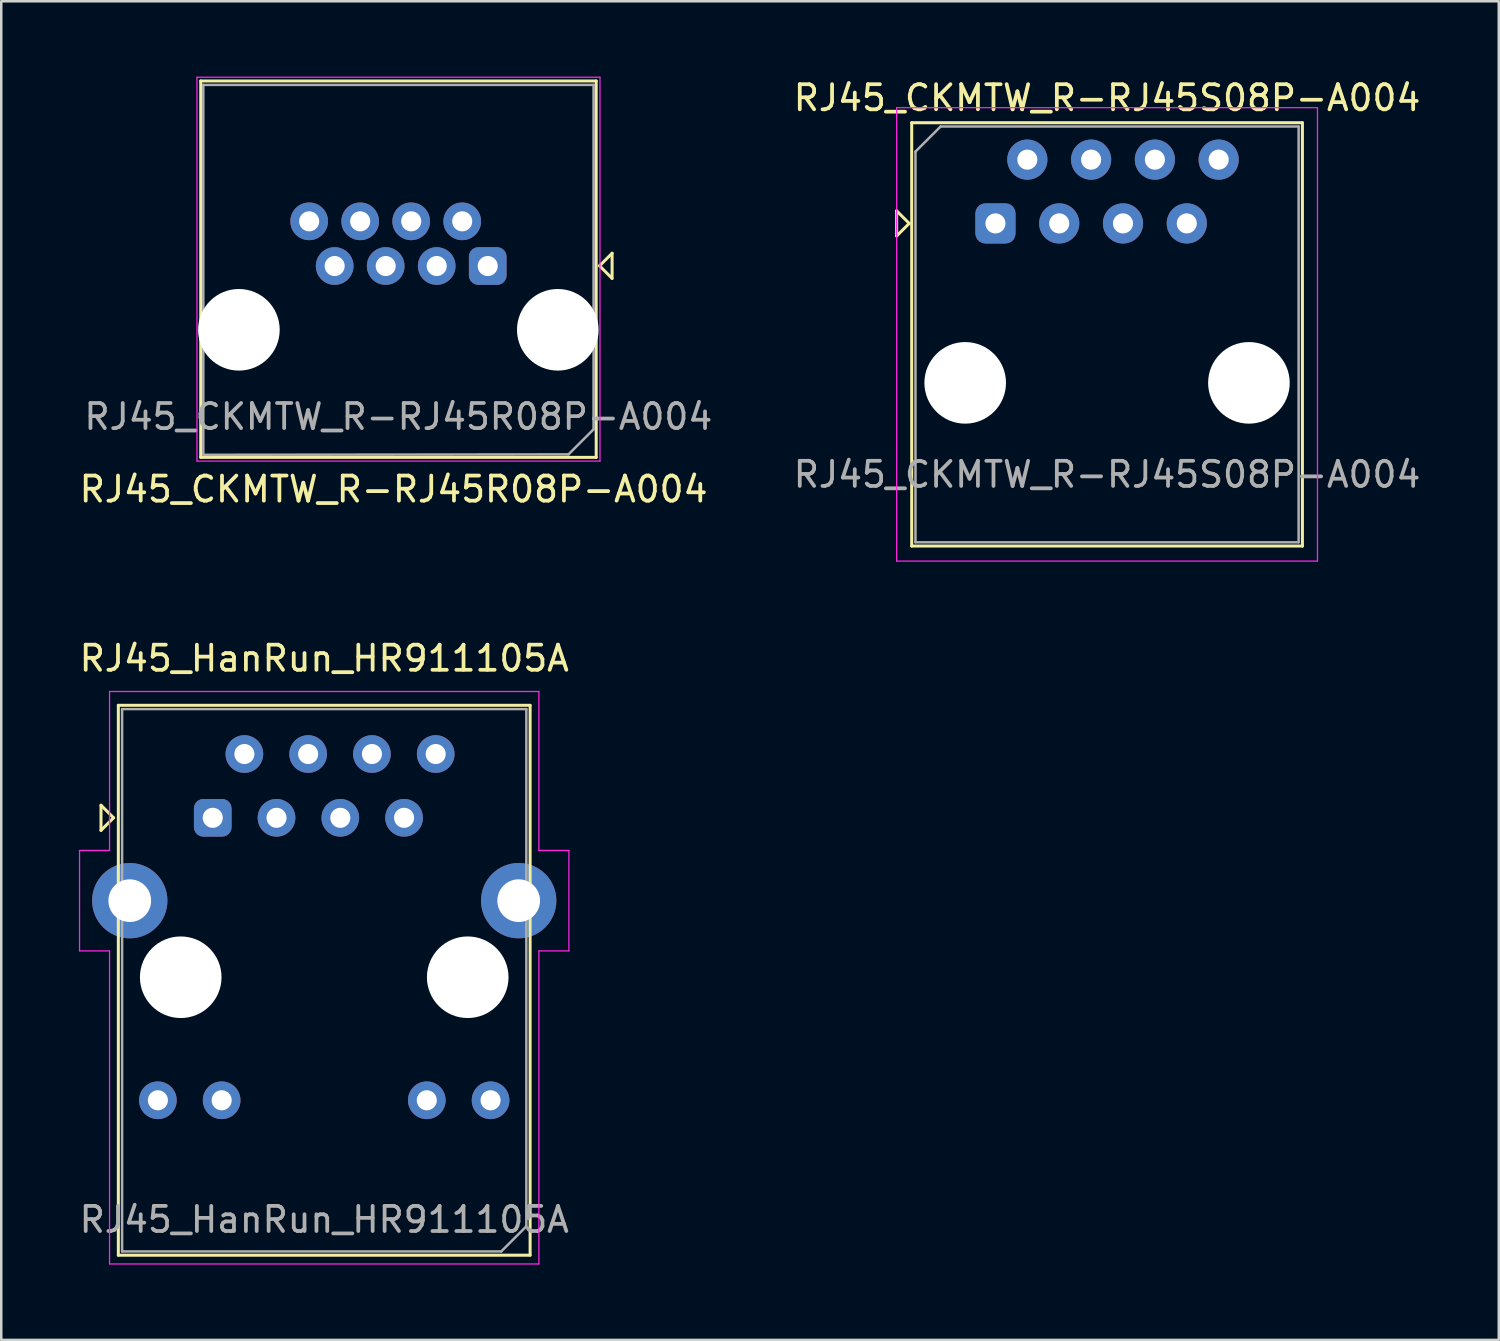
<source format=kicad_pcb>
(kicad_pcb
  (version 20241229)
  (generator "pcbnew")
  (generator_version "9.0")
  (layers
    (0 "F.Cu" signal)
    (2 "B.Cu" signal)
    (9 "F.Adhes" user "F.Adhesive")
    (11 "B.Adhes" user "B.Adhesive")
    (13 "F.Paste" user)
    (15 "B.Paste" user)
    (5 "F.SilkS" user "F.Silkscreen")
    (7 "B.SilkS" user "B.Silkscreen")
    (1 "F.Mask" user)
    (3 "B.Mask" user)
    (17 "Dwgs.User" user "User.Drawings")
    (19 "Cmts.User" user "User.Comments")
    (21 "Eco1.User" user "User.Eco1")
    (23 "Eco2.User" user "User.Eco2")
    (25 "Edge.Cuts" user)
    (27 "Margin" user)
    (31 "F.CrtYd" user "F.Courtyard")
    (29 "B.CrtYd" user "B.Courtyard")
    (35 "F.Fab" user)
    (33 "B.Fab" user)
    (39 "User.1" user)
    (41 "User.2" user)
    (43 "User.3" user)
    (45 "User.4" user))
  (footprint "RJ45_HanRun_HR911105A"
    (layer "F.Cu")
    (at 9.863 35.871)
    (property "Reference" "RJ45_HanRun_HR911105A" (at 0 -12.7 0) (layer "F.SilkS") (effects (font (size 1 1) (thickness 0.15))))
    (attr through_hole)
    (fp_line (start -8.89 -6.85) (end -8.89 -5.85) (stroke (width 0.12) (type solid)) (layer "F.SilkS"))
    (fp_line (start -8.89 -5.85) (end -8.39 -6.35) (stroke (width 0.12) (type solid)) (layer "F.SilkS"))
    (fp_line (start -8.39 -6.35) (end -8.89 -6.85) (stroke (width 0.12) (type solid)) (layer "F.SilkS"))
    (fp_line (start -8.2 -10.83) (end -8.2 11.07) (stroke (width 0.12) (type solid)) (layer "F.SilkS"))
    (fp_line (start 8.2 -10.83) (end -8.2 -10.83) (stroke (width 0.12) (type solid)) (layer "F.SilkS"))
    (fp_line (start 8.2 -10.83) (end 8.2 11.07) (stroke (width 0.12) (type solid)) (layer "F.SilkS"))
    (fp_line (start 8.2 11.07) (end -8.2 11.07) (stroke (width 0.12) (type solid)) (layer "F.SilkS"))
    (fp_line (start -9.745 -5.05) (end -8.55 -5.05) (stroke (width 0.05) (type solid)) (layer "F.CrtYd"))
    (fp_line (start -9.745 -1.05) (end -9.745 -5.05) (stroke (width 0.05) (type solid)) (layer "F.CrtYd"))
    (fp_line (start -9.745 -1.05) (end -8.55 -1.05) (stroke (width 0.05) (type solid)) (layer "F.CrtYd"))
    (fp_line (start -8.55 -5.05) (end -8.55 -11.38) (stroke (width 0.05) (type solid)) (layer "F.CrtYd"))
    (fp_line (start -8.55 11.42) (end -8.55 -1.05) (stroke (width 0.05) (type solid)) (layer "F.CrtYd"))
    (fp_line (start 8.55 -11.38) (end -8.55 -11.38) (stroke (width 0.05) (type solid)) (layer "F.CrtYd"))
    (fp_line (start 8.55 -5.05) (end 8.55 -11.38) (stroke (width 0.05) (type solid)) (layer "F.CrtYd"))
    (fp_line (start 8.55 11.42) (end -8.55 11.42) (stroke (width 0.05) (type solid)) (layer "F.CrtYd"))
    (fp_line (start 8.55 11.42) (end 8.55 -1.05) (stroke (width 0.05) (type solid)) (layer "F.CrtYd"))
    (fp_line (start 9.745 -5.05) (end 8.55 -5.05) (stroke (width 0.05) (type solid)) (layer "F.CrtYd"))
    (fp_line (start 9.745 -1.05) (end 8.55 -1.05) (stroke (width 0.05) (type solid)) (layer "F.CrtYd"))
    (fp_line (start 9.745 -1.05) (end 9.745 -5.05) (stroke (width 0.05) (type solid)) (layer "F.CrtYd"))
    (fp_line (start -8.05 10.92) (end -8.05 -10.68) (stroke (width 0.1) (type solid)) (layer "F.Fab"))
    (fp_line (start 7.05 10.92) (end -8.05 10.92) (stroke (width 0.1) (type solid)) (layer "F.Fab"))
    (fp_line (start 8.05 -10.68) (end -8.05 -10.68) (stroke (width 0.1) (type solid)) (layer "F.Fab"))
    (fp_line (start 8.05 9.92) (end 7.05 10.92) (stroke (width 0.1) (type solid)) (layer "F.Fab"))
    (fp_line (start 8.05 9.92) (end 8.05 -10.68) (stroke (width 0.1) (type solid)) (layer "F.Fab"))
    (fp_text user "${REFERENCE}" (at 0 9.652 180) (layer "F.Fab") (effects (font (size 1 1) (thickness 0.15))))
    (pad "" np_thru_hole circle (at -5.715 0 180) (size 3.25 3.25) (drill 3.25) (layers "*.Cu" "*.Mask"))
    (pad "" np_thru_hole circle (at 5.715 0 180) (size 3.25 3.25) (drill 3.25) (layers "*.Cu" "*.Mask"))
    (pad "1" thru_hole roundrect (at -4.44 -6.35 180) (size 1.5 1.5) (drill 0.8) (layers "*.Cu" "*.Mask") (roundrect_rratio 0.25))
    (pad "2" thru_hole circle (at -3.18 -8.89 180) (size 1.5 1.5) (drill 0.8) (layers "*.Cu" "*.Mask"))
    (pad "3" thru_hole circle (at -1.9 -6.35 180) (size 1.5 1.5) (drill 0.8) (layers "*.Cu" "*.Mask"))
    (pad "4" thru_hole circle (at -0.64 -8.89 180) (size 1.5 1.5) (drill 0.8) (layers "*.Cu" "*.Mask"))
    (pad "5" thru_hole circle (at 0.64 -6.35 180) (size 1.5 1.5) (drill 0.8) (layers "*.Cu" "*.Mask"))
    (pad "6" thru_hole circle (at 1.9 -8.89 180) (size 1.5 1.5) (drill 0.8) (layers "*.Cu" "*.Mask"))
    (pad "7" thru_hole circle (at 3.18 -6.35 180) (size 1.5 1.5) (drill 0.8) (layers "*.Cu" "*.Mask"))
    (pad "8" thru_hole circle (at 4.44 -8.89 180) (size 1.5 1.5) (drill 0.8) (layers "*.Cu" "*.Mask"))
    (pad "9" thru_hole circle (at -6.625 4.9 180) (size 1.5 1.5) (drill 0.8) (layers "*.Cu" "*.Mask"))
    (pad "10" thru_hole circle (at -4.085 4.9 180) (size 1.5 1.5) (drill 0.8) (layers "*.Cu" "*.Mask"))
    (pad "11" thru_hole circle (at 4.085 4.9 180) (size 1.5 1.5) (drill 0.8) (layers "*.Cu" "*.Mask"))
    (pad "12" thru_hole circle (at 6.625 4.9 180) (size 1.5 1.5) (drill 0.8) (layers "*.Cu" "*.Mask"))
    (pad "SH" thru_hole circle (at -7.745 -3.05 180) (size 3 3) (drill 1.7) (layers "*.Cu" "*.Mask"))
    (pad "SH" thru_hole circle (at 7.745 -3.05 180) (size 3 3) (drill 1.7) (layers "*.Cu" "*.Mask")))
  (footprint "RJ45_CKMTW_R-RJ45R08P-A004"
    (layer "F.Cu")
    (at 16.375 7.545)
    (property "Reference" "RJ45_CKMTW_R-RJ45R08P-A004" (at -3.75 8.89 0) (layer "F.SilkS") (effects (font (size 1 1) (thickness 0.15))))
    (attr through_hole)
    (fp_line (start -11.43 -7.37) (end -11.43 7.62) (stroke (width 0.12) (type solid)) (layer "F.SilkS"))
    (fp_line (start 4.32 -7.37) (end -11.43 -7.37) (stroke (width 0.12) (type solid)) (layer "F.SilkS"))
    (fp_line (start 4.32 -7.37) (end 4.32 7.62) (stroke (width 0.12) (type solid)) (layer "F.SilkS"))
    (fp_line (start 4.32 7.62) (end -11.43 7.62) (stroke (width 0.12) (type solid)) (layer "F.SilkS"))
    (fp_line (start 4.453 -0.008) (end 4.953 -0.508) (stroke (width 0.12) (type solid)) (layer "F.SilkS"))
    (fp_line (start 4.953 -0.508) (end 4.953 0.492) (stroke (width 0.12) (type solid)) (layer "F.SilkS"))
    (fp_line (start 4.953 0.492) (end 4.453 -0.008) (stroke (width 0.12) (type solid)) (layer "F.SilkS"))
    (fp_line (start -11.58 7.77) (end -11.58 -7.52) (stroke (width 0.05) (type solid)) (layer "F.CrtYd"))
    (fp_line (start 4.47 -7.52) (end -11.58 -7.52) (stroke (width 0.05) (type solid)) (layer "F.CrtYd"))
    (fp_line (start 4.47 7.77) (end -11.58 7.77) (stroke (width 0.05) (type solid)) (layer "F.CrtYd"))
    (fp_line (start 4.47 7.77) (end 4.47 -7.52) (stroke (width 0.05) (type solid)) (layer "F.CrtYd"))
    (fp_line (start -11.328 7.518) (end -11.328 -7.214) (stroke (width 0.1) (type solid)) (layer "F.Fab"))
    (fp_line (start 3.216 7.502) (end -11.328 7.518) (stroke (width 0.1) (type solid)) (layer "F.Fab"))
    (fp_line (start 4.216 -7.214) (end -11.328 -7.214) (stroke (width 0.1) (type solid)) (layer "F.Fab"))
    (fp_line (start 4.216 6.502) (end 3.216 7.502) (stroke (width 0.1) (type solid)) (layer "F.Fab"))
    (fp_line (start 4.216 6.502) (end 4.216 -7.214) (stroke (width 0.1) (type solid)) (layer "F.Fab"))
    (fp_text user "${REFERENCE}" (at -3.56 6 180) (layer "F.Fab") (effects (font (size 1 1) (thickness 0.15))))
    (pad "" np_thru_hole circle (at -9.91 2.54 180) (size 3.25 3.25) (drill 3.25) (layers "*.Cu" "*.Mask"))
    (pad "" np_thru_hole circle (at 2.79 2.54 180) (size 3.25 3.25) (drill 3.25) (layers "*.Cu" "*.Mask"))
    (pad "1" thru_hole roundrect (at 0 0 180) (size 1.5 1.5) (drill 0.8) (layers "*.Cu" "*.Mask") (roundrect_rratio 0.25))
    (pad "2" thru_hole circle (at -1.016 -1.78 180) (size 1.5 1.5) (drill 0.8) (layers "*.Cu" "*.Mask"))
    (pad "3" thru_hole circle (at -2.032 0 180) (size 1.5 1.5) (drill 0.8) (layers "*.Cu" "*.Mask"))
    (pad "4" thru_hole circle (at -3.048 -1.78 180) (size 1.5 1.5) (drill 0.8) (layers "*.Cu" "*.Mask"))
    (pad "5" thru_hole circle (at -4.064 0 180) (size 1.5 1.5) (drill 0.8) (layers "*.Cu" "*.Mask"))
    (pad "6" thru_hole circle (at -5.08 -1.78 180) (size 1.5 1.5) (drill 0.8) (layers "*.Cu" "*.Mask"))
    (pad "7" thru_hole circle (at -6.096 0 180) (size 1.5 1.5) (drill 0.8) (layers "*.Cu" "*.Mask"))
    (pad "8" thru_hole circle (at -7.112 -1.78 180) (size 1.5 1.5) (drill 0.8) (layers "*.Cu" "*.Mask")))
  (footprint "RJ45_CKMTW_R-RJ45S08P-A004"
    (layer "F.Cu")
    (at 41.041 5.848)
    (property "Reference" "RJ45_CKMTW_R-RJ45S08P-A004" (at 0 -5 0) (layer "F.SilkS") (effects (font (size 1 1) (thickness 0.15))))
    (attr through_hole)
    (fp_line (start -8.38 -0.5) (end -7.88 0) (stroke (width 0.12) (type solid)) (layer "F.SilkS"))
    (fp_line (start -8.38 0.5) (end -8.38 -0.5) (stroke (width 0.12) (type solid)) (layer "F.SilkS"))
    (fp_line (start -7.88 0) (end -8.38 0.5) (stroke (width 0.12) (type solid)) (layer "F.SilkS"))
    (fp_line (start -7.78 -4.01) (end 7.78 -4.01) (stroke (width 0.12) (type solid)) (layer "F.SilkS"))
    (fp_line (start -7.78 12.85) (end -7.78 -4.01) (stroke (width 0.12) (type solid)) (layer "F.SilkS"))
    (fp_line (start -7.78 12.85) (end 7.78 12.85) (stroke (width 0.12) (type solid)) (layer "F.SilkS"))
    (fp_line (start 7.78 12.85) (end 7.78 -4.01) (stroke (width 0.12) (type solid)) (layer "F.SilkS"))
    (fp_line (start -8.38 -4.61) (end -8.38 13.45) (stroke (width 0.05) (type solid)) (layer "F.CrtYd"))
    (fp_line (start -8.38 -4.61) (end 8.38 -4.61) (stroke (width 0.05) (type solid)) (layer "F.CrtYd"))
    (fp_line (start -8.38 13.45) (end 8.38 13.45) (stroke (width 0.05) (type solid)) (layer "F.CrtYd"))
    (fp_line (start 8.38 -4.61) (end 8.38 13.45) (stroke (width 0.05) (type solid)) (layer "F.CrtYd"))
    (fp_line (start -7.63 -2.86) (end -7.63 12.7) (stroke (width 0.1) (type solid)) (layer "F.Fab"))
    (fp_line (start -7.63 -2.86) (end -6.63 -3.86) (stroke (width 0.1) (type solid)) (layer "F.Fab"))
    (fp_line (start -7.63 12.7) (end 7.63 12.7) (stroke (width 0.1) (type solid)) (layer "F.Fab"))
    (fp_line (start -6.63 -3.86) (end 7.63 -3.86) (stroke (width 0.1) (type solid)) (layer "F.Fab"))
    (fp_line (start 7.63 -3.86) (end 7.63 12.7) (stroke (width 0.1) (type solid)) (layer "F.Fab"))
    (fp_text user "${REFERENCE}" (at 0 10 0) (layer "F.Fab") (effects (font (size 1 1) (thickness 0.15))))
    (pad "" np_thru_hole circle (at -5.65 6.35) (size 3.25 3.25) (drill 3.25) (layers "*.Cu" "*.Mask"))
    (pad "" np_thru_hole circle (at 5.65 6.35) (size 3.25 3.25) (drill 3.25) (layers "*.Cu" "*.Mask"))
    (pad "1" thru_hole roundrect (at -4.445 0) (size 1.6 1.6) (drill 0.8) (layers "*.Cu" "*.Mask") (roundrect_rratio 0.25))
    (pad "2" thru_hole circle (at -3.175 -2.54) (size 1.6 1.6) (drill 0.8) (layers "*.Cu" "*.Mask"))
    (pad "3" thru_hole circle (at -1.905 0) (size 1.6 1.6) (drill 0.8) (layers "*.Cu" "*.Mask"))
    (pad "4" thru_hole circle (at -0.635 -2.54) (size 1.6 1.6) (drill 0.8) (layers "*.Cu" "*.Mask"))
    (pad "5" thru_hole circle (at 0.635 0) (size 1.6 1.6) (drill 0.8) (layers "*.Cu" "*.Mask"))
    (pad "6" thru_hole circle (at 1.905 -2.54) (size 1.6 1.6) (drill 0.8) (layers "*.Cu" "*.Mask"))
    (pad "7" thru_hole circle (at 3.175 0) (size 1.6 1.6) (drill 0.8) (layers "*.Cu" "*.Mask"))
    (pad "8" thru_hole circle (at 4.445 -2.54) (size 1.6 1.6) (drill 0.8) (layers "*.Cu" "*.Mask")))
  (gr_rect
    (start -3 -3)
    (end 56.642 50.316)
    (stroke (width 0.1) (type default))
    (fill no)
    (layer "Edge.Cuts")))
</source>
